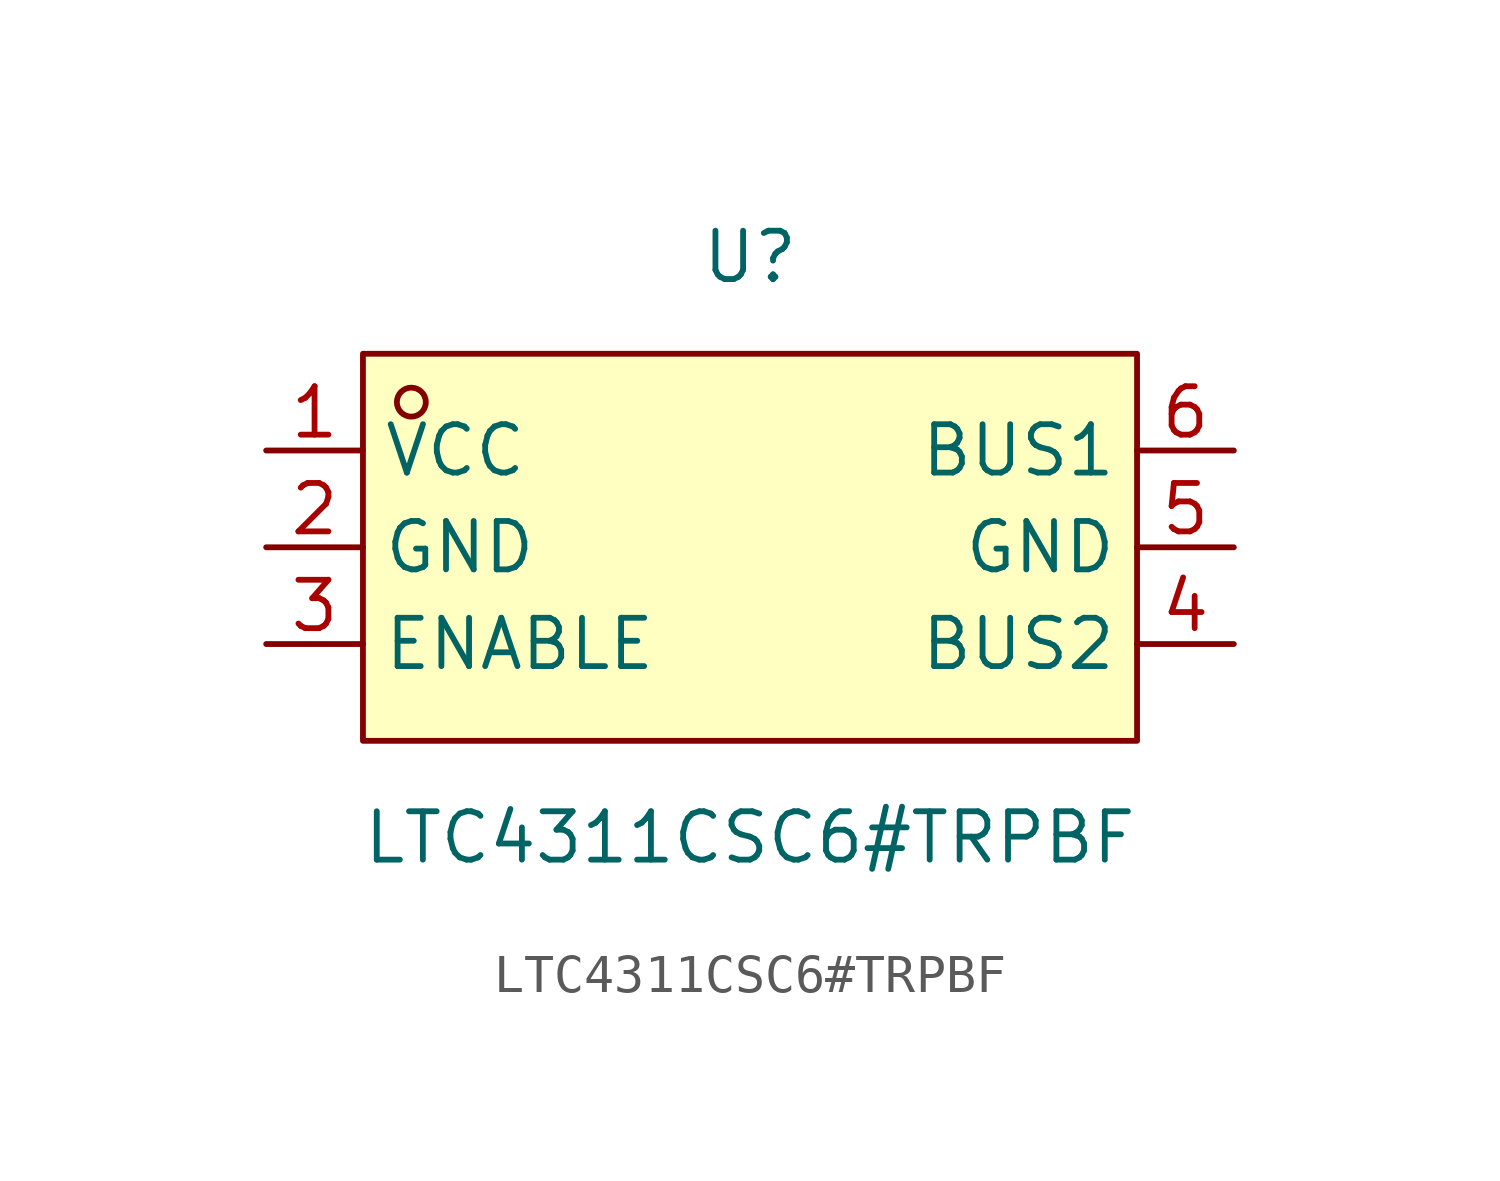
<source format=kicad_sym>
(kicad_symbol_lib
  (version 20211014)
  (generator https://github.com/uPesy/easyeda2kicad.py)
  (symbol "LTC4311CSC6#TRPBF"
    (property "Reference" "U"
      (at 0 7.62 0)
      (effects (font (size 1.27 1.27))))
    (property "Value" "LTC4311CSC6#TRPBF"
      (at 0 -7.62 0)
      (effects (font (size 1.27 1.27))))
    (symbol "LTC4311CSC6#TRPBF_0_1"
      (rectangle (start -10.16 5.08) (end 10.16 -5.08) (stroke (width 0) (type default) (color 0 0 0 0)) (fill (type background)))
      (circle (center -8.89 3.81) (radius 0.38) (stroke (width 0) (type default) (color 0 0 0 0)) (fill (type none)))
      (pin unspecified line (at 12.70 2.54 180) (length 2.54) (name "BUS1" (effects (font (size 1.27 1.27)))) (number "6" (effects (font (size 1.27 1.27)))))
      (pin unspecified line (at 12.70 -0.00 180) (length 2.54) (name "GND" (effects (font (size 1.27 1.27)))) (number "5" (effects (font (size 1.27 1.27)))))
      (pin unspecified line (at 12.70 -2.54 180) (length 2.54) (name "BUS2" (effects (font (size 1.27 1.27)))) (number "4" (effects (font (size 1.27 1.27)))))
      (pin unspecified line (at -12.70 -2.54 0) (length 2.54) (name "ENABLE" (effects (font (size 1.27 1.27)))) (number "3" (effects (font (size 1.27 1.27)))))
      (pin unspecified line (at -12.70 -0.00 0) (length 2.54) (name "GND" (effects (font (size 1.27 1.27)))) (number "2" (effects (font (size 1.27 1.27)))))
      (pin unspecified line (at -12.70 2.54 0) (length 2.54) (name "VCC" (effects (font (size 1.27 1.27)))) (number "1" (effects (font (size 1.27 1.27))))))))
</source>
